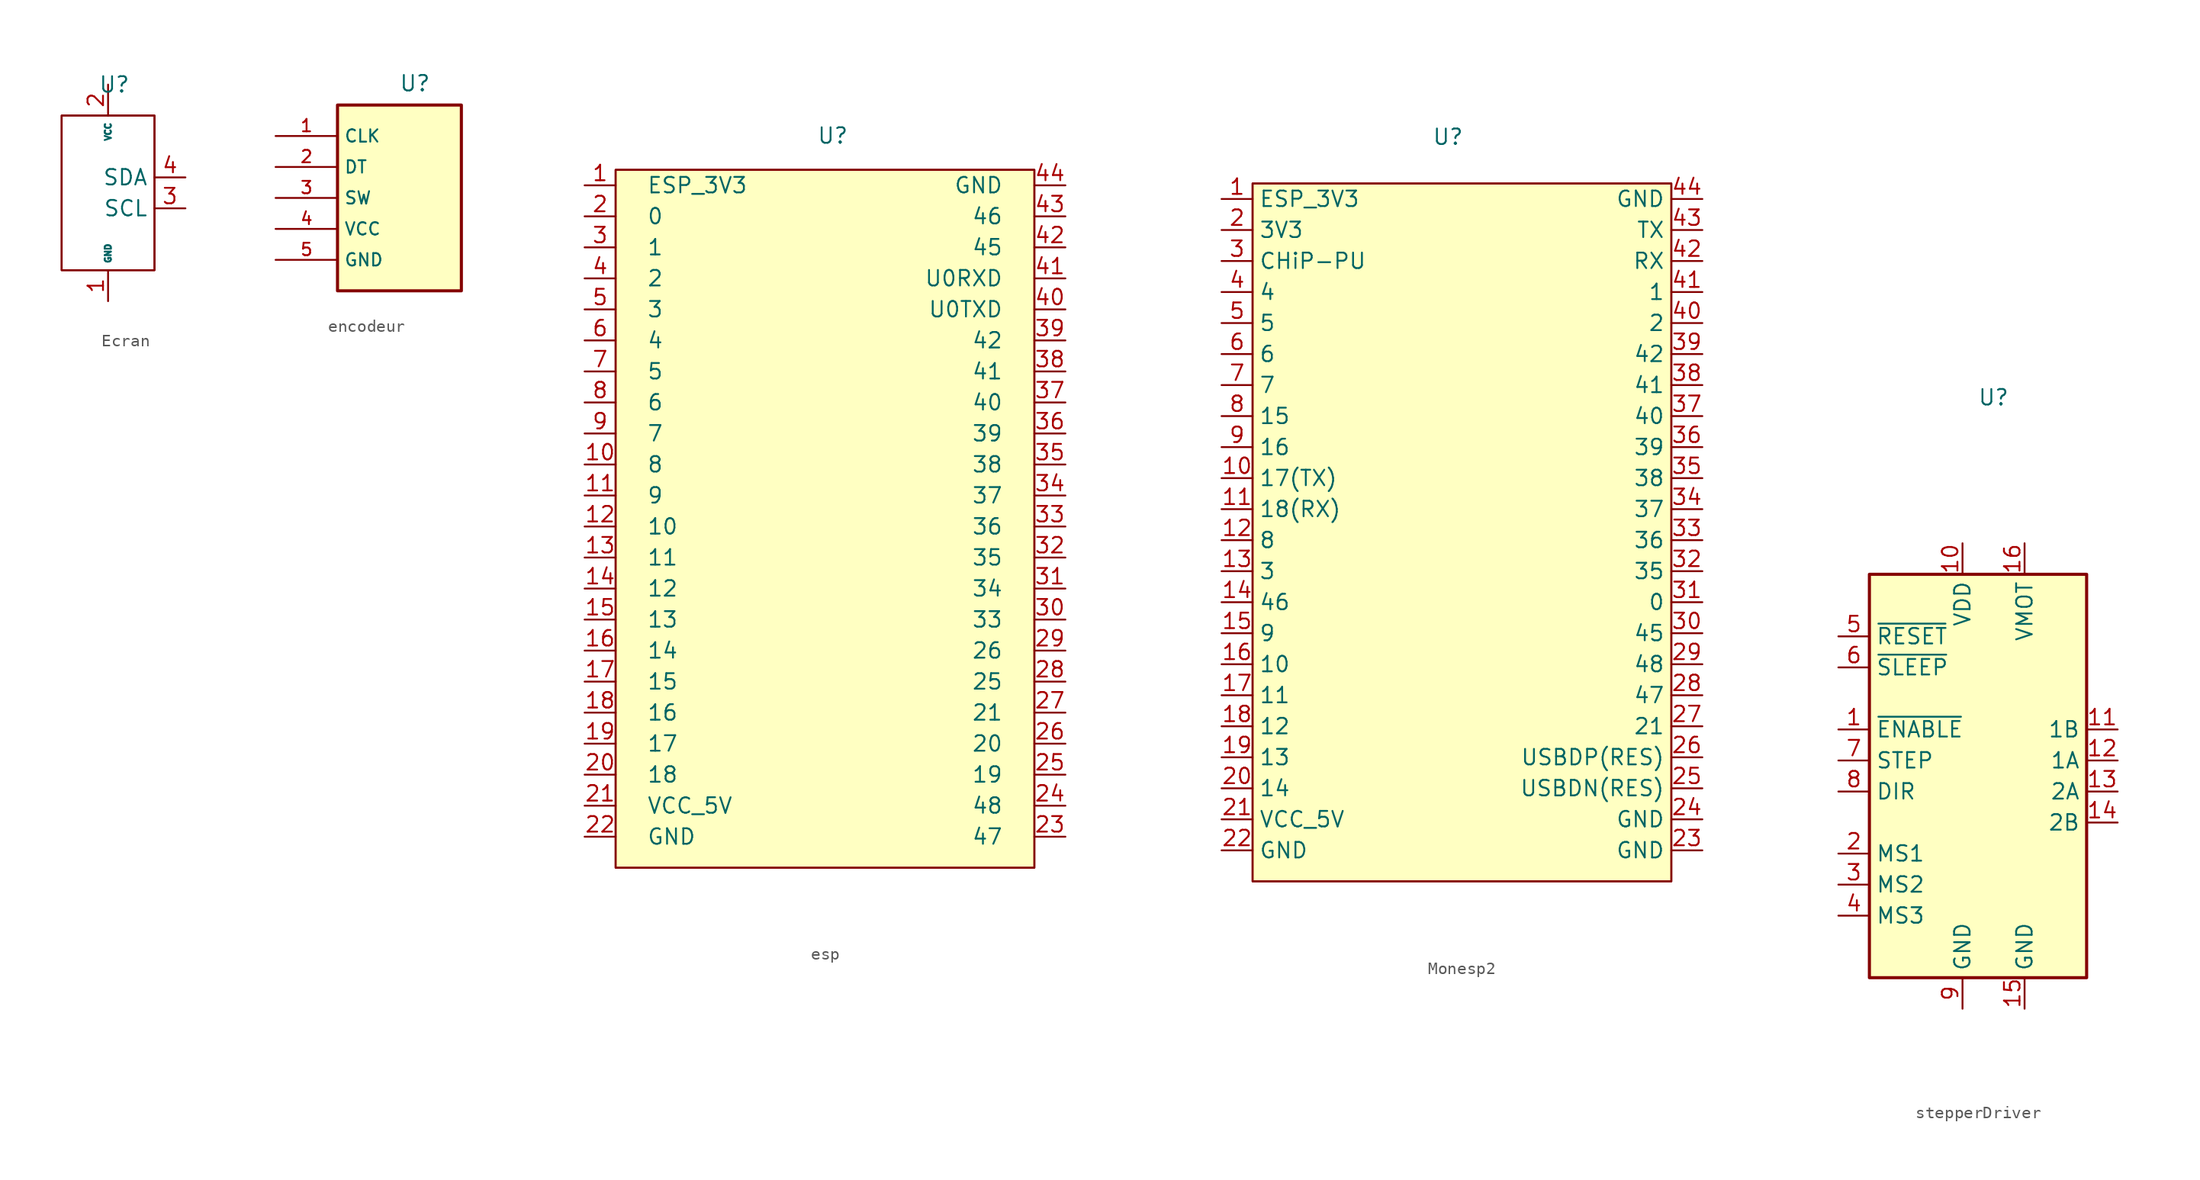
<source format=kicad_sym>
(kicad_symbol_lib
  (version 20231120)
  (generator "kicad_symbol_editor")
  (generator_version "8.0")
  (symbol "Ecran"
    (property "Reference" "U"
      (at 0.508 3.81 0)
      (effects (font (size 1.27 1.27))))
    (property "Value" ""
      (at 0 0 0)
      (effects (font (size 1.27 1.27))))
    (symbol "Ecran_0_1"
      (rectangle (start -3.81 1.27) (end 3.81 -11.43) (stroke (width 0) (type default)) (fill (type none)))
      (rectangle (start -3.81 1.27) (end 3.81 -11.43) (stroke (width 0) (type default)) (fill (type none))))
    (symbol "Ecran_1_1"
      (pin power_in line (at 0 -13.97 90) (length 2.54) (name "GND" (effects (font (size 0.508 0.508)))) (number "1" (effects (font (size 1.27 1.27)))))
      (pin power_in line (at 0 3.81 270) (length 2.54) (name "VCC" (effects (font (size 0.508 0.508)))) (number "2" (effects (font (size 1.27 1.27)))))
      (pin input line (at 6.35 -6.35 180) (length 2.54) (name "SCL" (effects (font (size 1.27 1.27)))) (number "3" (effects (font (size 1.27 1.27)))))
      (pin bidirectional line (at 6.35 -3.81 180) (length 2.54) (name "SDA" (effects (font (size 1.27 1.27)))) (number "4" (effects (font (size 1.27 1.27)))))))
  (symbol "encodeur"
    (property "Reference" "U"
      (at 0 4.318 0)
      (effects (font (size 1.27 1.27))))
    (property "Value" ""
      (at 0 0 0)
      (effects (font (size 1.27 1.27))))
    (symbol "encodeur_0_0"
      (rectangle (start -6.35 2.54) (end 3.81 -12.7) (stroke (width 0.254) (type default)) (fill (type background))))
    (symbol "encodeur_1_0"
      (pin output line (at -11.43 0 0) (length 5.08) (name "CLK" (effects (font (size 1.016 1.016)))) (number "1" (effects (font (size 1.016 1.016)))))
      (pin output line (at -11.43 -2.54 0) (length 5.08) (name "DT" (effects (font (size 1.016 1.016)))) (number "2" (effects (font (size 1.016 1.016)))))
      (pin output line (at -11.43 -5.08 0) (length 5.08) (name "SW" (effects (font (size 1.016 1.016)))) (number "3" (effects (font (size 1.016 1.016)))))
      (pin power_in line (at -11.43 -7.62 0) (length 5.08) (name "VCC" (effects (font (size 1.016 1.016)))) (number "4" (effects (font (size 1.016 1.016)))))
      (pin power_in line (at -11.43 -10.16 0) (length 5.08) (name "GND" (effects (font (size 1.016 1.016)))) (number "5" (effects (font (size 1.016 1.016)))))))
  (symbol "esp"
    (pin_names
      (offset 2.54))
    (property "Reference" "U"
      (at 0 10.414 0)
      (effects (font (size 1.27 1.27))))
    (property "Value" ""
      (at -11.43 1.27 0)
      (effects (font (size 1.27 1.27))))
    (symbol "esp_0_1"
      (rectangle (start -17.78 7.62) (end 16.51 -49.53) (stroke (width 0) (type default)) (fill (type none))))
    (symbol "esp_1_1"
      (rectangle (start -17.78 7.62) (end 16.51 -49.53) (stroke (width 0) (type default)) (fill (type background)))
      (pin power_out line (at -20.32 6.35 0) (length 2.54) (name "ESP_3V3" (effects (font (size 1.27 1.27)))) (number "1" (effects (font (size 1.27 1.27)))))
      (pin bidirectional line (at -20.32 -16.51 0) (length 2.54) (name "8" (effects (font (size 1.27 1.27)))) (number "10" (effects (font (size 1.27 1.27)))))
      (pin bidirectional line (at -20.32 -19.05 0) (length 2.54) (name "9" (effects (font (size 1.27 1.27)))) (number "11" (effects (font (size 1.27 1.27)))))
      (pin bidirectional line (at -20.32 -21.59 0) (length 2.54) (name "10" (effects (font (size 1.27 1.27)))) (number "12" (effects (font (size 1.27 1.27)))))
      (pin bidirectional line (at -20.32 -24.13 0) (length 2.54) (name "11" (effects (font (size 1.27 1.27)))) (number "13" (effects (font (size 1.27 1.27)))))
      (pin bidirectional line (at -20.32 -26.67 0) (length 2.54) (name "12" (effects (font (size 1.27 1.27)))) (number "14" (effects (font (size 1.27 1.27)))))
      (pin bidirectional line (at -20.32 -29.21 0) (length 2.54) (name "13" (effects (font (size 1.27 1.27)))) (number "15" (effects (font (size 1.27 1.27)))))
      (pin bidirectional line (at -20.32 -31.75 0) (length 2.54) (name "14" (effects (font (size 1.27 1.27)))) (number "16" (effects (font (size 1.27 1.27)))))
      (pin bidirectional line (at -20.32 -34.29 0) (length 2.54) (name "15" (effects (font (size 1.27 1.27)))) (number "17" (effects (font (size 1.27 1.27)))))
      (pin bidirectional line (at -20.32 -36.83 0) (length 2.54) (name "16" (effects (font (size 1.27 1.27)))) (number "18" (effects (font (size 1.27 1.27)))))
      (pin bidirectional line (at -20.32 -39.37 0) (length 2.54) (name "17" (effects (font (size 1.27 1.27)))) (number "19" (effects (font (size 1.27 1.27)))))
      (pin bidirectional line (at -20.32 3.81 0) (length 2.54) (name "0" (effects (font (size 1.27 1.27)))) (number "2" (effects (font (size 1.27 1.27)))))
      (pin bidirectional line (at -20.32 -41.91 0) (length 2.54) (name "18" (effects (font (size 1.27 1.27)))) (number "20" (effects (font (size 1.27 1.27)))))
      (pin power_in line (at -20.32 -44.45 0) (length 2.54) (name "VCC_5V" (effects (font (size 1.27 1.27)))) (number "21" (effects (font (size 1.27 1.27)))))
      (pin power_in line (at -20.32 -46.99 0) (length 2.54) (name "GND" (effects (font (size 1.27 1.27)))) (number "22" (effects (font (size 1.27 1.27)))))
      (pin bidirectional line (at 19.05 -46.99 180) (length 2.54) (name "47" (effects (font (size 1.27 1.27)))) (number "23" (effects (font (size 1.27 1.27)))))
      (pin bidirectional line (at 19.05 -44.45 180) (length 2.54) (name "48" (effects (font (size 1.27 1.27)))) (number "24" (effects (font (size 1.27 1.27)))))
      (pin bidirectional line (at 19.05 -41.91 180) (length 2.54) (name "19" (effects (font (size 1.27 1.27)))) (number "25" (effects (font (size 1.27 1.27)))))
      (pin bidirectional line (at 19.05 -39.37 180) (length 2.54) (name "20" (effects (font (size 1.27 1.27)))) (number "26" (effects (font (size 1.27 1.27)))))
      (pin bidirectional line (at 19.05 -36.83 180) (length 2.54) (name "21" (effects (font (size 1.27 1.27)))) (number "27" (effects (font (size 1.27 1.27)))))
      (pin bidirectional line (at 19.05 -34.29 180) (length 2.54) (name "25" (effects (font (size 1.27 1.27)))) (number "28" (effects (font (size 1.27 1.27)))))
      (pin bidirectional line (at 19.05 -31.75 180) (length 2.54) (name "26" (effects (font (size 1.27 1.27)))) (number "29" (effects (font (size 1.27 1.27)))))
      (pin bidirectional line (at -20.32 1.27 0) (length 2.54) (name "1" (effects (font (size 1.27 1.27)))) (number "3" (effects (font (size 1.27 1.27)))))
      (pin bidirectional line (at 19.05 -29.21 180) (length 2.54) (name "33" (effects (font (size 1.27 1.27)))) (number "30" (effects (font (size 1.27 1.27)))))
      (pin bidirectional line (at 19.05 -26.67 180) (length 2.54) (name "34" (effects (font (size 1.27 1.27)))) (number "31" (effects (font (size 1.27 1.27)))))
      (pin bidirectional line (at 19.05 -24.13 180) (length 2.54) (name "35" (effects (font (size 1.27 1.27)))) (number "32" (effects (font (size 1.27 1.27)))))
      (pin bidirectional line (at 19.05 -21.59 180) (length 2.54) (name "36" (effects (font (size 1.27 1.27)))) (number "33" (effects (font (size 1.27 1.27)))))
      (pin bidirectional line (at 19.05 -19.05 180) (length 2.54) (name "37" (effects (font (size 1.27 1.27)))) (number "34" (effects (font (size 1.27 1.27)))))
      (pin bidirectional line (at 19.05 -16.51 180) (length 2.54) (name "38" (effects (font (size 1.27 1.27)))) (number "35" (effects (font (size 1.27 1.27)))))
      (pin bidirectional line (at 19.05 -13.97 180) (length 2.54) (name "39" (effects (font (size 1.27 1.27)))) (number "36" (effects (font (size 1.27 1.27)))))
      (pin bidirectional line (at 19.05 -11.43 180) (length 2.54) (name "40" (effects (font (size 1.27 1.27)))) (number "37" (effects (font (size 1.27 1.27)))))
      (pin bidirectional line (at 19.05 -8.89 180) (length 2.54) (name "41" (effects (font (size 1.27 1.27)))) (number "38" (effects (font (size 1.27 1.27)))))
      (pin bidirectional line (at 19.05 -6.35 180) (length 2.54) (name "42" (effects (font (size 1.27 1.27)))) (number "39" (effects (font (size 1.27 1.27)))))
      (pin bidirectional line (at -20.32 -1.27 0) (length 2.54) (name "2" (effects (font (size 1.27 1.27)))) (number "4" (effects (font (size 1.27 1.27)))))
      (pin bidirectional line (at 19.05 -3.81 180) (length 2.54) (name "U0TXD" (effects (font (size 1.27 1.27)))) (number "40" (effects (font (size 1.27 1.27)))))
      (pin bidirectional line (at 19.05 -1.27 180) (length 2.54) (name "U0RXD" (effects (font (size 1.27 1.27)))) (number "41" (effects (font (size 1.27 1.27)))))
      (pin bidirectional line (at 19.05 1.27 180) (length 2.54) (name "45" (effects (font (size 1.27 1.27)))) (number "42" (effects (font (size 1.27 1.27)))))
      (pin bidirectional line (at 19.05 3.81 180) (length 2.54) (name "46" (effects (font (size 1.27 1.27)))) (number "43" (effects (font (size 1.27 1.27)))))
      (pin power_in line (at 19.05 6.35 180) (length 2.54) (name "GND" (effects (font (size 1.27 1.27)))) (number "44" (effects (font (size 1.27 1.27)))))
      (pin bidirectional line (at -20.32 -3.81 0) (length 2.54) (name "3" (effects (font (size 1.27 1.27)))) (number "5" (effects (font (size 1.27 1.27)))))
      (pin bidirectional line (at -20.32 -6.35 0) (length 2.54) (name "4" (effects (font (size 1.27 1.27)))) (number "6" (effects (font (size 1.27 1.27)))))
      (pin bidirectional line (at -20.32 -8.89 0) (length 2.54) (name "5" (effects (font (size 1.27 1.27)))) (number "7" (effects (font (size 1.27 1.27)))))
      (pin bidirectional line (at -20.32 -11.43 0) (length 2.54) (name "6" (effects (font (size 1.27 1.27)))) (number "8" (effects (font (size 1.27 1.27)))))
      (pin bidirectional line (at -20.32 -13.97 0) (length 2.54) (name "7" (effects (font (size 1.27 1.27)))) (number "9" (effects (font (size 1.27 1.27)))))))
  (symbol "Monesp2"
    (property "Reference" "U"
      (at -0.508 19.05 0)
      (effects (font (size 1.27 1.27))))
    (property "Value" ""
      (at 0 12.7 0)
      (effects (font (size 1.27 1.27))))
    (symbol "Monesp2_0_1"
      (rectangle (start -16.51 15.24) (end 17.78 -41.91) (stroke (width 0) (type default)) (fill (type none))))
    (symbol "Monesp2_1_1"
      (rectangle (start -16.51 15.24) (end 17.78 -41.91) (stroke (width 0) (type default)) (fill (type background)))
      (pin power_out line (at -19.05 13.97 0) (length 2.54) (name "ESP_3V3" (effects (font (size 1.27 1.27)))) (number "1" (effects (font (size 1.27 1.27)))))
      (pin bidirectional line (at -19.05 -8.89 0) (length 2.54) (name "17(TX)" (effects (font (size 1.27 1.27)))) (number "10" (effects (font (size 1.27 1.27)))))
      (pin bidirectional line (at -19.05 -11.43 0) (length 2.54) (name "18(RX)" (effects (font (size 1.27 1.27)))) (number "11" (effects (font (size 1.27 1.27)))))
      (pin bidirectional line (at -19.05 -13.97 0) (length 2.54) (name "8" (effects (font (size 1.27 1.27)))) (number "12" (effects (font (size 1.27 1.27)))))
      (pin bidirectional line (at -19.05 -16.51 0) (length 2.54) (name "3" (effects (font (size 1.27 1.27)))) (number "13" (effects (font (size 1.27 1.27)))))
      (pin bidirectional line (at -19.05 -19.05 0) (length 2.54) (name "46" (effects (font (size 1.27 1.27)))) (number "14" (effects (font (size 1.27 1.27)))))
      (pin bidirectional line (at -19.05 -21.59 0) (length 2.54) (name "9" (effects (font (size 1.27 1.27)))) (number "15" (effects (font (size 1.27 1.27)))))
      (pin bidirectional line (at -19.05 -24.13 0) (length 2.54) (name "10" (effects (font (size 1.27 1.27)))) (number "16" (effects (font (size 1.27 1.27)))))
      (pin bidirectional line (at -19.05 -26.67 0) (length 2.54) (name "11" (effects (font (size 1.27 1.27)))) (number "17" (effects (font (size 1.27 1.27)))))
      (pin bidirectional line (at -19.05 -29.21 0) (length 2.54) (name "12" (effects (font (size 1.27 1.27)))) (number "18" (effects (font (size 1.27 1.27)))))
      (pin bidirectional line (at -19.05 -31.75 0) (length 2.54) (name "13" (effects (font (size 1.27 1.27)))) (number "19" (effects (font (size 1.27 1.27)))))
      (pin power_out line (at -19.05 11.43 0) (length 2.54) (name "3V3" (effects (font (size 1.27 1.27)))) (number "2" (effects (font (size 1.27 1.27)))))
      (pin bidirectional line (at -19.05 -34.29 0) (length 2.54) (name "14" (effects (font (size 1.27 1.27)))) (number "20" (effects (font (size 1.27 1.27)))))
      (pin power_in line (at -19.05 -36.83 0) (length 2.54) (name "VCC_5V" (effects (font (size 1.27 1.27)))) (number "21" (effects (font (size 1.27 1.27)))))
      (pin power_in line (at -19.05 -39.37 0) (length 2.54) (name "GND" (effects (font (size 1.27 1.27)))) (number "22" (effects (font (size 1.27 1.27)))))
      (pin bidirectional line (at 20.32 -39.37 180) (length 2.54) (name "GND" (effects (font (size 1.27 1.27)))) (number "23" (effects (font (size 1.27 1.27)))))
      (pin bidirectional line (at 20.32 -36.83 180) (length 2.54) (name "GND" (effects (font (size 1.27 1.27)))) (number "24" (effects (font (size 1.27 1.27)))))
      (pin bidirectional line (at 20.32 -34.29 180) (length 2.54) (name "USBDN(RES)" (effects (font (size 1.27 1.27)))) (number "25" (effects (font (size 1.27 1.27)))))
      (pin bidirectional line (at 20.32 -31.75 180) (length 2.54) (name "USBDP(RES)" (effects (font (size 1.27 1.27)))) (number "26" (effects (font (size 1.27 1.27)))))
      (pin bidirectional line (at 20.32 -29.21 180) (length 2.54) (name "21" (effects (font (size 1.27 1.27)))) (number "27" (effects (font (size 1.27 1.27)))))
      (pin bidirectional line (at 20.32 -26.67 180) (length 2.54) (name "47" (effects (font (size 1.27 1.27)))) (number "28" (effects (font (size 1.27 1.27)))))
      (pin bidirectional line (at 20.32 -24.13 180) (length 2.54) (name "48" (effects (font (size 1.27 1.27)))) (number "29" (effects (font (size 1.27 1.27)))))
      (pin bidirectional line (at -19.05 8.89 0) (length 2.54) (name "CHiP-PU" (effects (font (size 1.27 1.27)))) (number "3" (effects (font (size 1.27 1.27)))))
      (pin bidirectional line (at 20.32 -21.59 180) (length 2.54) (name "45" (effects (font (size 1.27 1.27)))) (number "30" (effects (font (size 1.27 1.27)))))
      (pin bidirectional line (at 20.32 -19.05 180) (length 2.54) (name "0" (effects (font (size 1.27 1.27)))) (number "31" (effects (font (size 1.27 1.27)))))
      (pin bidirectional line (at 20.32 -16.51 180) (length 2.54) (name "35" (effects (font (size 1.27 1.27)))) (number "32" (effects (font (size 1.27 1.27)))))
      (pin bidirectional line (at 20.32 -13.97 180) (length 2.54) (name "36" (effects (font (size 1.27 1.27)))) (number "33" (effects (font (size 1.27 1.27)))))
      (pin bidirectional line (at 20.32 -11.43 180) (length 2.54) (name "37" (effects (font (size 1.27 1.27)))) (number "34" (effects (font (size 1.27 1.27)))))
      (pin bidirectional line (at 20.32 -8.89 180) (length 2.54) (name "38" (effects (font (size 1.27 1.27)))) (number "35" (effects (font (size 1.27 1.27)))))
      (pin bidirectional line (at 20.32 -6.35 180) (length 2.54) (name "39" (effects (font (size 1.27 1.27)))) (number "36" (effects (font (size 1.27 1.27)))))
      (pin bidirectional line (at 20.32 -3.81 180) (length 2.54) (name "40" (effects (font (size 1.27 1.27)))) (number "37" (effects (font (size 1.27 1.27)))))
      (pin bidirectional line (at 20.32 -1.27 180) (length 2.54) (name "41" (effects (font (size 1.27 1.27)))) (number "38" (effects (font (size 1.27 1.27)))))
      (pin bidirectional line (at 20.32 1.27 180) (length 2.54) (name "42" (effects (font (size 1.27 1.27)))) (number "39" (effects (font (size 1.27 1.27)))))
      (pin bidirectional line (at -19.05 6.35 0) (length 2.54) (name "4" (effects (font (size 1.27 1.27)))) (number "4" (effects (font (size 1.27 1.27)))))
      (pin bidirectional line (at 20.32 3.81 180) (length 2.54) (name "2" (effects (font (size 1.27 1.27)))) (number "40" (effects (font (size 1.27 1.27)))))
      (pin bidirectional line (at 20.32 6.35 180) (length 2.54) (name "1" (effects (font (size 1.27 1.27)))) (number "41" (effects (font (size 1.27 1.27)))))
      (pin bidirectional line (at 20.32 8.89 180) (length 2.54) (name "RX" (effects (font (size 1.27 1.27)))) (number "42" (effects (font (size 1.27 1.27)))))
      (pin bidirectional line (at 20.32 11.43 180) (length 2.54) (name "TX" (effects (font (size 1.27 1.27)))) (number "43" (effects (font (size 1.27 1.27)))))
      (pin power_in line (at 20.32 13.97 180) (length 2.54) (name "GND" (effects (font (size 1.27 1.27)))) (number "44" (effects (font (size 1.27 1.27)))))
      (pin bidirectional line (at -19.05 3.81 0) (length 2.54) (name "5" (effects (font (size 1.27 1.27)))) (number "5" (effects (font (size 1.27 1.27)))))
      (pin bidirectional line (at -19.05 1.27 0) (length 2.54) (name "6" (effects (font (size 1.27 1.27)))) (number "6" (effects (font (size 1.27 1.27)))))
      (pin bidirectional line (at -19.05 -1.27 0) (length 2.54) (name "7" (effects (font (size 1.27 1.27)))) (number "7" (effects (font (size 1.27 1.27)))))
      (pin bidirectional line (at -19.05 -3.81 0) (length 2.54) (name "15" (effects (font (size 1.27 1.27)))) (number "8" (effects (font (size 1.27 1.27)))))
      (pin bidirectional line (at -19.05 -6.35 0) (length 2.54) (name "16" (effects (font (size 1.27 1.27)))) (number "9" (effects (font (size 1.27 1.27)))))))
  (symbol "stepperDriver"
    (property "Reference" "U"
      (at 0 29.718 0)
      (effects (font (size 1.27 1.27))))
    (property "Value" ""
      (at 7.62 50.8 0)
      (effects (font (size 1.27 1.27))))
    (symbol "stepperDriver_0_1"
      (rectangle (start -10.16 15.24) (end 7.62 -17.78) (stroke (width 0.254) (type default)) (fill (type background))))
    (symbol "stepperDriver_1_1"
      (pin input line (at -12.7 2.54 0) (length 2.54) (name "~{ENABLE}" (effects (font (size 1.27 1.27)))) (number "1" (effects (font (size 1.27 1.27)))))
      (pin power_in line (at -2.54 17.78 270) (length 2.54) (name "VDD" (effects (font (size 1.27 1.27)))) (number "10" (effects (font (size 1.27 1.27)))))
      (pin output line (at 10.16 2.54 180) (length 2.54) (name "1B" (effects (font (size 1.27 1.27)))) (number "11" (effects (font (size 1.27 1.27)))))
      (pin output line (at 10.16 0 180) (length 2.54) (name "1A" (effects (font (size 1.27 1.27)))) (number "12" (effects (font (size 1.27 1.27)))))
      (pin output line (at 10.16 -2.54 180) (length 2.54) (name "2A" (effects (font (size 1.27 1.27)))) (number "13" (effects (font (size 1.27 1.27)))))
      (pin output line (at 10.16 -5.08 180) (length 2.54) (name "2B" (effects (font (size 1.27 1.27)))) (number "14" (effects (font (size 1.27 1.27)))))
      (pin power_in line (at 2.54 -20.32 90) (length 2.54) (name "GND" (effects (font (size 1.27 1.27)))) (number "15" (effects (font (size 1.27 1.27)))))
      (pin power_in line (at 2.54 17.78 270) (length 2.54) (name "VMOT" (effects (font (size 1.27 1.27)))) (number "16" (effects (font (size 1.27 1.27)))))
      (pin input line (at -12.7 -7.62 0) (length 2.54) (name "MS1" (effects (font (size 1.27 1.27)))) (number "2" (effects (font (size 1.27 1.27)))))
      (pin input line (at -12.7 -10.16 0) (length 2.54) (name "MS2" (effects (font (size 1.27 1.27)))) (number "3" (effects (font (size 1.27 1.27)))))
      (pin input line (at -12.7 -12.7 0) (length 2.54) (name "MS3" (effects (font (size 1.27 1.27)))) (number "4" (effects (font (size 1.27 1.27)))))
      (pin input line (at -12.7 10.16 0) (length 2.54) (name "~{RESET}" (effects (font (size 1.27 1.27)))) (number "5" (effects (font (size 1.27 1.27)))))
      (pin input line (at -12.7 7.62 0) (length 2.54) (name "~{SLEEP}" (effects (font (size 1.27 1.27)))) (number "6" (effects (font (size 1.27 1.27)))))
      (pin input line (at -12.7 0 0) (length 2.54) (name "STEP" (effects (font (size 1.27 1.27)))) (number "7" (effects (font (size 1.27 1.27)))))
      (pin input line (at -12.7 -2.54 0) (length 2.54) (name "DIR" (effects (font (size 1.27 1.27)))) (number "8" (effects (font (size 1.27 1.27)))))
      (pin power_in line (at -2.54 -20.32 90) (length 2.54) (name "GND" (effects (font (size 1.27 1.27)))) (number "9" (effects (font (size 1.27 1.27))))))))
</source>
